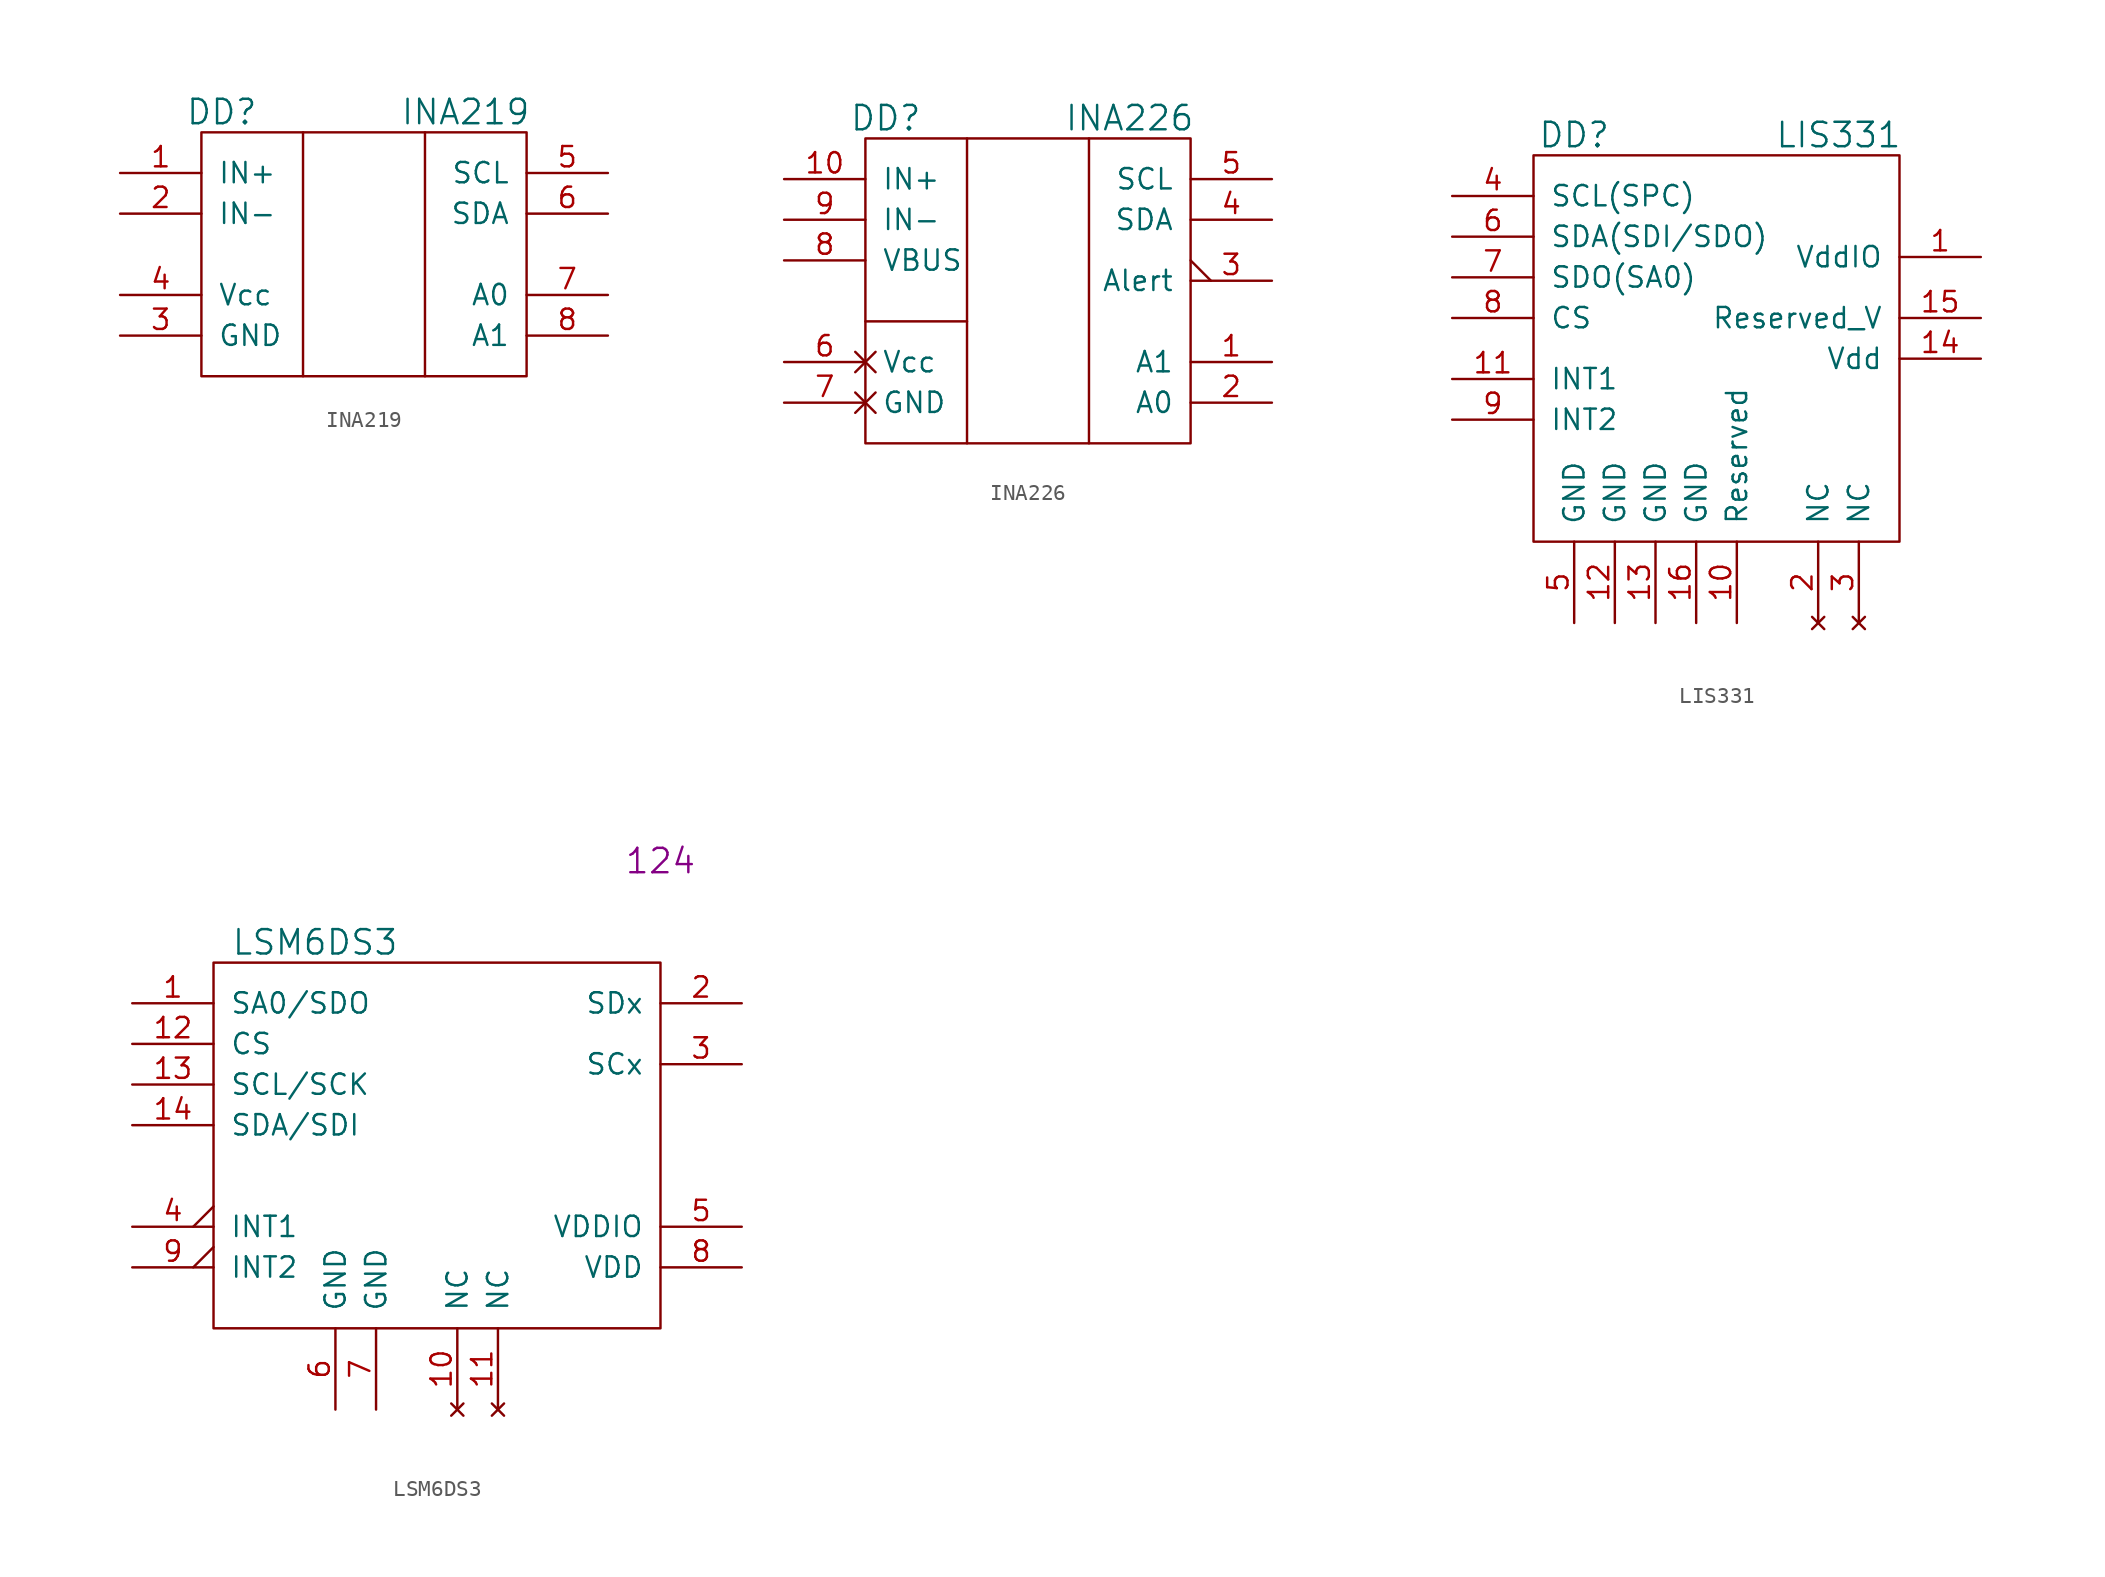
<source format=kicad_sym>
(kicad_symbol_lib
  (version 20231120)
  (generator "kicad_symbol_editor")
  (generator_version "8.0")
  (symbol "INA219"
    (pin_names
      (offset 1.016))
    (property "Reference" "DD"
      (at -8.89 8.89 0)
      (effects (font (size 1.524 1.524))))
    (property "Value" "INA219"
      (at 6.35 8.89 0)
      (effects (font (size 1.524 1.524))))
    (symbol "INA219_0_1"
      (rectangle (start -10.16 7.62) (end 10.16 -7.62) (stroke (width 0) (type default)) (fill (type none)))
      (polyline (pts (xy -3.81 -7.62) (xy -3.81 7.62)) (stroke (width 0) (type default)) (fill (type none)))
      (polyline (pts (xy 3.81 -7.62) (xy 3.81 7.62)) (stroke (width 0) (type default)) (fill (type none))))
    (symbol "INA219_1_1"
      (pin passive line (at -15.24 5.08 0) (length 5.08) (name "IN+" (effects (font (size 1.27 1.27)))) (number "1" (effects (font (size 1.27 1.27)))))
      (pin passive line (at -15.24 2.54 0) (length 5.08) (name "IN-" (effects (font (size 1.27 1.27)))) (number "2" (effects (font (size 1.27 1.27)))))
      (pin power_in line (at -15.24 -5.08 0) (length 5.08) (name "GND" (effects (font (size 1.27 1.27)))) (number "3" (effects (font (size 1.27 1.27)))))
      (pin power_in line (at -15.24 -2.54 0) (length 5.08) (name "Vcc" (effects (font (size 1.27 1.27)))) (number "4" (effects (font (size 1.27 1.27)))))
      (pin passive line (at 15.24 5.08 180) (length 5.08) (name "SCL" (effects (font (size 1.27 1.27)))) (number "5" (effects (font (size 1.27 1.27)))))
      (pin passive line (at 15.24 2.54 180) (length 5.08) (name "SDA" (effects (font (size 1.27 1.27)))) (number "6" (effects (font (size 1.27 1.27)))))
      (pin passive line (at 15.24 -2.54 180) (length 5.08) (name "A0" (effects (font (size 1.27 1.27)))) (number "7" (effects (font (size 1.27 1.27)))))
      (pin passive line (at 15.24 -5.08 180) (length 5.08) (name "A1" (effects (font (size 1.27 1.27)))) (number "8" (effects (font (size 1.27 1.27)))))))
  (symbol "INA226"
    (pin_names
      (offset 1.016))
    (property "Reference" "DD"
      (at -8.89 8.89 0)
      (effects (font (size 1.524 1.524))))
    (property "Value" "INA226"
      (at 6.35 8.89 0)
      (effects (font (size 1.524 1.524))))
    (symbol "INA226_0_1"
      (rectangle (start -10.16 7.62) (end 10.16 -11.43) (stroke (width 0) (type default)) (fill (type none)))
      (polyline (pts (xy -10.16 -3.81) (xy -3.81 -3.81)) (stroke (width 0) (type default)) (fill (type none)))
      (polyline (pts (xy -3.81 -11.43) (xy -3.81 7.62)) (stroke (width 0) (type default)) (fill (type none)))
      (polyline (pts (xy 3.81 -11.43) (xy 3.81 7.62)) (stroke (width 0) (type default)) (fill (type none))))
    (symbol "INA226_1_1"
      (pin passive line (at 15.24 -6.35 180) (length 5.08) (name "A1" (effects (font (size 1.27 1.27)))) (number "1" (effects (font (size 1.27 1.27)))))
      (pin passive line (at -15.24 5.08 0) (length 5.08) (name "IN+" (effects (font (size 1.27 1.27)))) (number "10" (effects (font (size 1.27 1.27)))))
      (pin passive line (at 15.24 -8.89 180) (length 5.08) (name "A0" (effects (font (size 1.27 1.27)))) (number "2" (effects (font (size 1.27 1.27)))))
      (pin passive output_low (at 15.24 -1.27 180) (length 5.08) (name "Alert" (effects (font (size 1.27 1.27)))) (number "3" (effects (font (size 1.27 1.27)))))
      (pin passive line (at 15.24 2.54 180) (length 5.08) (name "SDA" (effects (font (size 1.27 1.27)))) (number "4" (effects (font (size 1.27 1.27)))))
      (pin passive line (at 15.24 5.08 180) (length 5.08) (name "SCL" (effects (font (size 1.27 1.27)))) (number "5" (effects (font (size 1.27 1.27)))))
      (pin power_in non_logic (at -15.24 -6.35 0) (length 5.08) (name "Vcc" (effects (font (size 1.27 1.27)))) (number "6" (effects (font (size 1.27 1.27)))))
      (pin power_in non_logic (at -15.24 -8.89 0) (length 5.08) (name "GND" (effects (font (size 1.27 1.27)))) (number "7" (effects (font (size 1.27 1.27)))))
      (pin passive line (at -15.24 0 0) (length 5.08) (name "VBUS" (effects (font (size 1.27 1.27)))) (number "8" (effects (font (size 1.27 1.27)))))
      (pin passive line (at -15.24 2.54 0) (length 5.08) (name "IN-" (effects (font (size 1.27 1.27)))) (number "9" (effects (font (size 1.27 1.27)))))))
  (symbol "LIS331"
    (pin_names
      (offset 1.016))
    (property "Reference" "DD"
      (at -8.89 12.7 0)
      (effects (font (size 1.524 1.524))))
    (property "Value" "LIS331"
      (at 7.62 12.7 0)
      (effects (font (size 1.524 1.524))))
    (property "Footprint" ""
      (at 0 0 0)
      (effects (font (size 1.524 1.524))))
    (property "Datasheet" ""
      (at 0 0 0)
      (effects (font (size 1.524 1.524))))
    (symbol "LIS331_0_1"
      (rectangle (start -11.43 11.43) (end 11.43 -12.7) (stroke (width 0) (type default)) (fill (type none))))
    (symbol "LIS331_1_1"
      (pin passive line (at 16.51 5.08 180) (length 5.08) (name "VddIO" (effects (font (size 1.27 1.27)))) (number "1" (effects (font (size 1.27 1.27)))))
      (pin passive line (at 1.27 -17.78 90) (length 5.08) (name "Reserved" (effects (font (size 1.27 1.27)))) (number "10" (effects (font (size 1.27 1.27)))))
      (pin passive line (at -16.51 -2.54 0) (length 5.08) (name "INT1" (effects (font (size 1.27 1.27)))) (number "11" (effects (font (size 1.27 1.27)))))
      (pin power_in line (at -6.35 -17.78 90) (length 5.08) (name "GND" (effects (font (size 1.27 1.27)))) (number "12" (effects (font (size 1.27 1.27)))))
      (pin power_in line (at -3.81 -17.78 90) (length 5.08) (name "GND" (effects (font (size 1.27 1.27)))) (number "13" (effects (font (size 1.27 1.27)))))
      (pin power_in line (at 16.51 -1.27 180) (length 5.08) (name "Vdd" (effects (font (size 1.27 1.27)))) (number "14" (effects (font (size 1.27 1.27)))))
      (pin passive line (at 16.51 1.27 180) (length 5.08) (name "Reserved_V" (effects (font (size 1.27 1.27)))) (number "15" (effects (font (size 1.27 1.27)))))
      (pin power_in line (at -1.27 -17.78 90) (length 5.08) (name "GND" (effects (font (size 1.27 1.27)))) (number "16" (effects (font (size 1.27 1.27)))))
      (pin no_connect line (at 6.35 -17.78 90) (length 5.08) (name "NC" (effects (font (size 1.27 1.27)))) (number "2" (effects (font (size 1.27 1.27)))))
      (pin no_connect line (at 8.89 -17.78 90) (length 5.08) (name "NC" (effects (font (size 1.27 1.27)))) (number "3" (effects (font (size 1.27 1.27)))))
      (pin passive line (at -16.51 8.89 0) (length 5.08) (name "SCL(SPC)" (effects (font (size 1.27 1.27)))) (number "4" (effects (font (size 1.27 1.27)))))
      (pin power_in line (at -8.89 -17.78 90) (length 5.08) (name "GND" (effects (font (size 1.27 1.27)))) (number "5" (effects (font (size 1.27 1.27)))))
      (pin passive line (at -16.51 6.35 0) (length 5.08) (name "SDA(SDI/SDO)" (effects (font (size 1.27 1.27)))) (number "6" (effects (font (size 1.27 1.27)))))
      (pin passive line (at -16.51 3.81 0) (length 5.08) (name "SDO(SA0)" (effects (font (size 1.27 1.27)))) (number "7" (effects (font (size 1.27 1.27)))))
      (pin passive line (at -16.51 1.27 0) (length 5.08) (name "CS" (effects (font (size 1.27 1.27)))) (number "8" (effects (font (size 1.27 1.27)))))
      (pin passive line (at -16.51 -5.08 0) (length 5.08) (name "INT2" (effects (font (size 1.27 1.27)))) (number "9" (effects (font (size 1.27 1.27)))))))
  (symbol "LSM6DS3"
    (pin_names
      (offset 1.016))
    (property "Reference" "DD"
      (at 8.89 12.7 0)
      (effects (font (size 1.524 1.524)) (hide yes)))
    (property "Value" "LSM6DS3"
      (at -7.62 12.7 0)
      (effects (font (size 1.524 1.524))))
    (property "Price" "124"
      (at 13.97 17.78 0)
      (effects (font (size 1.524 1.524))))
    (symbol "LSM6DS3_0_1"
      (rectangle (start -13.97 11.43) (end 13.97 -11.43) (stroke (width 0) (type default)) (fill (type none))))
    (symbol "LSM6DS3_1_1"
      (pin passive line (at -19.05 8.89 0) (length 5.08) (name "SA0/SDO" (effects (font (size 1.27 1.27)))) (number "1" (effects (font (size 1.27 1.27)))))
      (pin no_connect line (at 1.27 -16.51 90) (length 5.08) (name "NC" (effects (font (size 1.27 1.27)))) (number "10" (effects (font (size 1.27 1.27)))))
      (pin no_connect line (at 3.81 -16.51 90) (length 5.08) (name "NC" (effects (font (size 1.27 1.27)))) (number "11" (effects (font (size 1.27 1.27)))))
      (pin passive line (at -19.05 6.35 0) (length 5.08) (name "CS" (effects (font (size 1.27 1.27)))) (number "12" (effects (font (size 1.27 1.27)))))
      (pin passive line (at -19.05 3.81 0) (length 5.08) (name "SCL/SCK" (effects (font (size 1.27 1.27)))) (number "13" (effects (font (size 1.27 1.27)))))
      (pin passive line (at -19.05 1.27 0) (length 5.08) (name "SDA/SDI" (effects (font (size 1.27 1.27)))) (number "14" (effects (font (size 1.27 1.27)))))
      (pin passive line (at 19.05 8.89 180) (length 5.08) (name "SDx" (effects (font (size 1.27 1.27)))) (number "2" (effects (font (size 1.27 1.27)))))
      (pin passive line (at 19.05 5.08 180) (length 5.08) (name "SCx" (effects (font (size 1.27 1.27)))) (number "3" (effects (font (size 1.27 1.27)))))
      (pin passive output_low (at -19.05 -5.08 0) (length 5.08) (name "INT1" (effects (font (size 1.27 1.27)))) (number "4" (effects (font (size 1.27 1.27)))))
      (pin power_in line (at 19.05 -5.08 180) (length 5.08) (name "VDDIO" (effects (font (size 1.27 1.27)))) (number "5" (effects (font (size 1.27 1.27)))))
      (pin power_in line (at -6.35 -16.51 90) (length 5.08) (name "GND" (effects (font (size 1.27 1.27)))) (number "6" (effects (font (size 1.27 1.27)))))
      (pin power_in line (at -3.81 -16.51 90) (length 5.08) (name "GND" (effects (font (size 1.27 1.27)))) (number "7" (effects (font (size 1.27 1.27)))))
      (pin power_in line (at 19.05 -7.62 180) (length 5.08) (name "VDD" (effects (font (size 1.27 1.27)))) (number "8" (effects (font (size 1.27 1.27)))))
      (pin passive output_low (at -19.05 -7.62 0) (length 5.08) (name "INT2" (effects (font (size 1.27 1.27)))) (number "9" (effects (font (size 1.27 1.27))))))))
</source>
